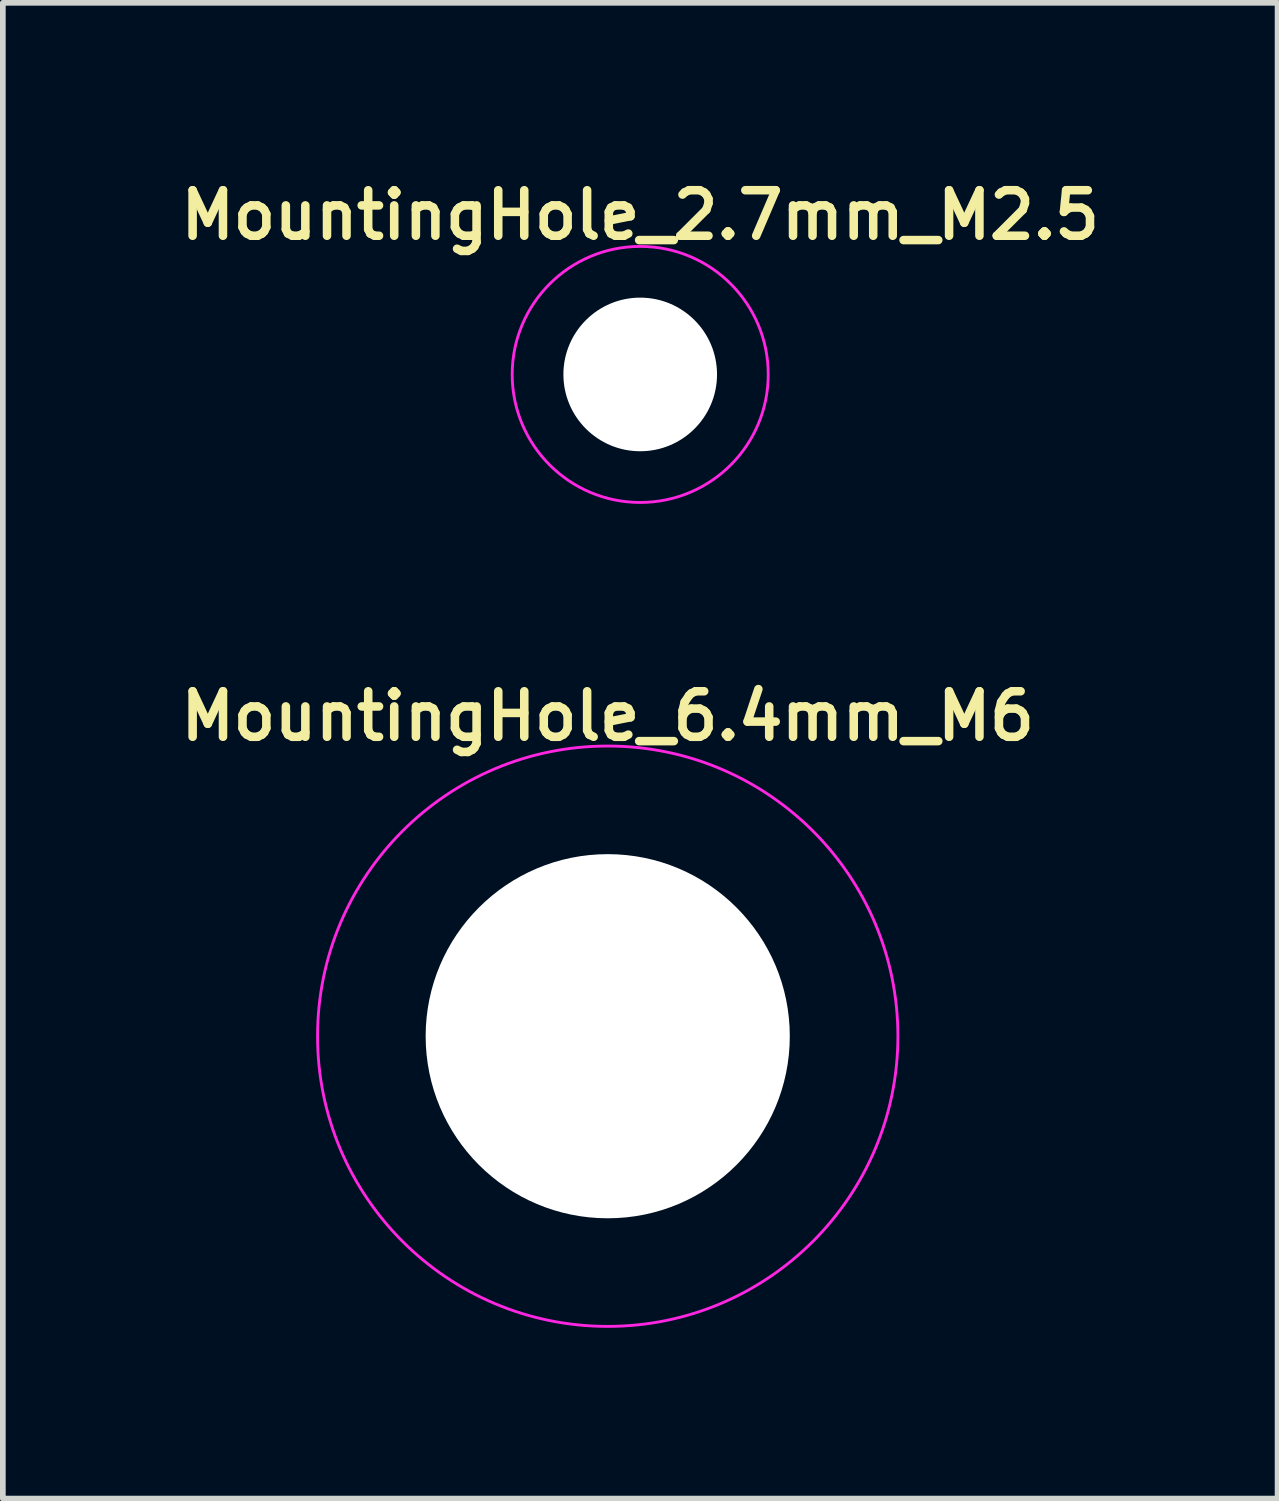
<source format=kicad_pcb>
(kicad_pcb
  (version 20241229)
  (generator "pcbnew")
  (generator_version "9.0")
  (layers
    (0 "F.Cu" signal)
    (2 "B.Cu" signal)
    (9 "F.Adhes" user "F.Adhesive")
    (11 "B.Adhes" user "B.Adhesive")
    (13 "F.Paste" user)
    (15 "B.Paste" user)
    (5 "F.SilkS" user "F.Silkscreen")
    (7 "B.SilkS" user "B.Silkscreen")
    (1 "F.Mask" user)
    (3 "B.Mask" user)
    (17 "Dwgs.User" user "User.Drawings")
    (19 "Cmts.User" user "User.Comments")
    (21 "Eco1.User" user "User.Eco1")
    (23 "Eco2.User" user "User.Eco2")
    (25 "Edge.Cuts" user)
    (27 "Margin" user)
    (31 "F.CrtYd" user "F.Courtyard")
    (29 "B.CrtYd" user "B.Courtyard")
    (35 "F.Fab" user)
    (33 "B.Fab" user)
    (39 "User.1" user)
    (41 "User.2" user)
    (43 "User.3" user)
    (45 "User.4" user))
  (footprint "MountingHole_2.7mm_M2.5"
    (layer "F.Cu")
    (at 8.202 3.531)
    (property "Reference" "MountingHole_2.7mm_M2.5" (at 0 -2.8 0) (unlocked yes) (layer "F.SilkS") (effects (font (size 0.8 0.8) (thickness 0.15))))
    (attr through_hole exclude_from_pos_files exclude_from_bom)
    (fp_circle (center 0 0) (end 2.25 0) (stroke (width 0.05) (type solid)) (fill no) (layer "F.CrtYd"))
    (pad "" np_thru_hole circle (at 0 0) (size 2.7 2.7) (drill 2.7) (layers "*.Cu" "*.Mask")))
  (footprint "MountingHole_6.4mm_M6"
    (layer "F.Cu")
    (at 7.631 15.162)
    (property "Reference" "MountingHole_6.4mm_M6" (at 0 -5.625 0) (unlocked yes) (layer "F.SilkS") (effects (font (size 0.8 0.8) (thickness 0.15))))
    (attr through_hole exclude_from_pos_files exclude_from_bom)
    (fp_circle (center 0 0) (end 5.1 0) (stroke (width 0.05) (type solid)) (fill no) (layer "F.CrtYd"))
    (pad "" np_thru_hole circle (at 0 0) (size 6.4 6.4) (drill 6.4) (layers "*.Cu" "*.Mask")))
  (gr_rect
    (start -3 -3)
    (end 19.404 23.288)
    (stroke (width 0.1) (type default))
    (fill no)
    (layer "Edge.Cuts")))
</source>
